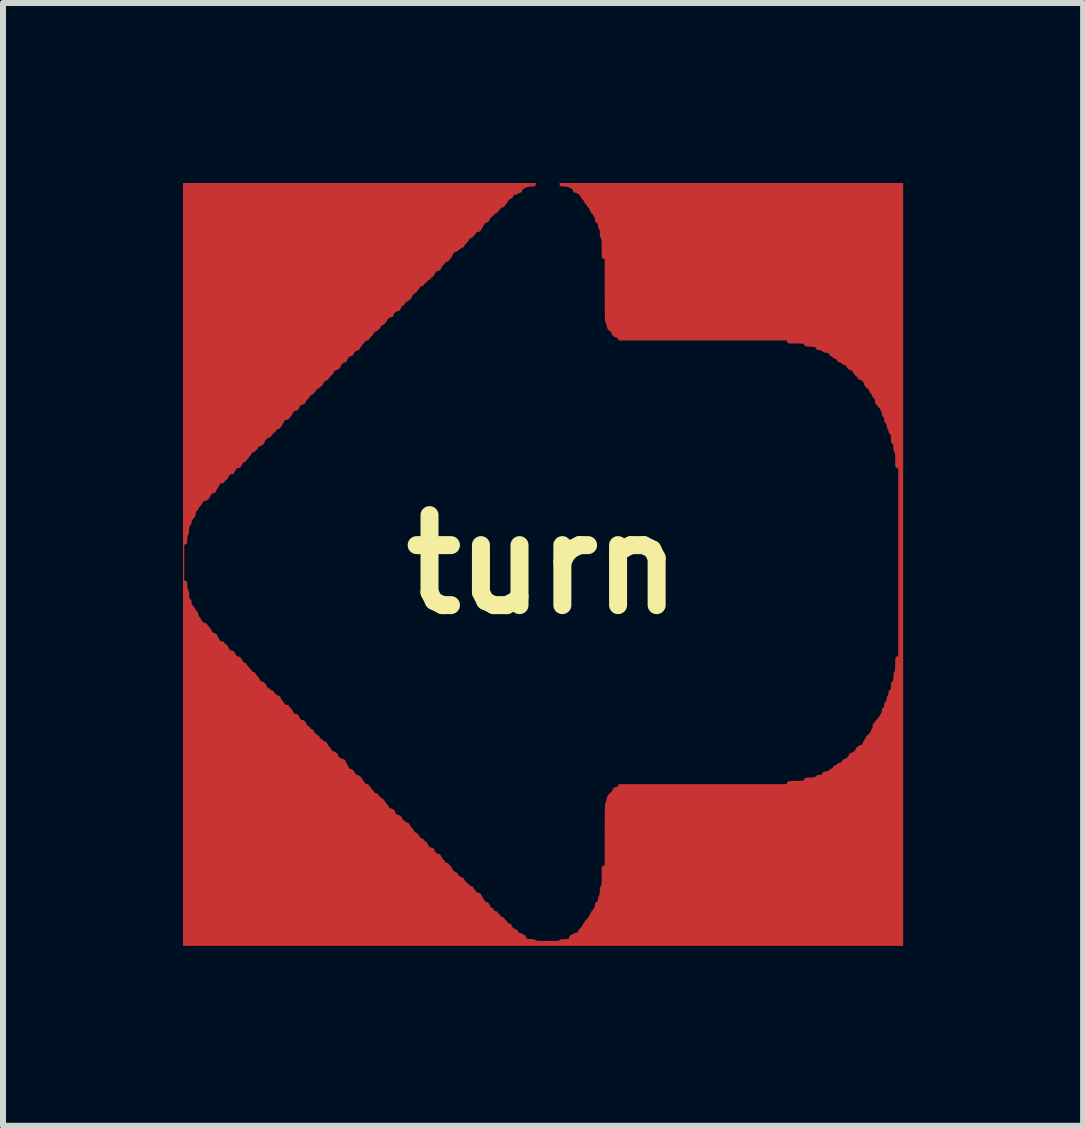
<source format=kicad_pcb>
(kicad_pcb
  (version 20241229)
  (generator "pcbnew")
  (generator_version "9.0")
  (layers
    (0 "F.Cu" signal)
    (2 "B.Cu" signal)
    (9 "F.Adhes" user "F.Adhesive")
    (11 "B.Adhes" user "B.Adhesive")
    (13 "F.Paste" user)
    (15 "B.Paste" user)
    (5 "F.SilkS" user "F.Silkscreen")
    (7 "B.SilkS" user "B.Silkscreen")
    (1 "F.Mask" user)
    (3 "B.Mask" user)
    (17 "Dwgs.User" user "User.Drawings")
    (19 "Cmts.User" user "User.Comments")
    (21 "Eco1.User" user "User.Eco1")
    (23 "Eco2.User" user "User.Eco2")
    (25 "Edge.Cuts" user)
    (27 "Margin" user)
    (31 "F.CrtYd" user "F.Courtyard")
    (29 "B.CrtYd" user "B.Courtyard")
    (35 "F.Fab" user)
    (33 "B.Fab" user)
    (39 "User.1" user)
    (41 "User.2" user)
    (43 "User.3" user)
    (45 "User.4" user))
  (footprint "turn"
    (layer "F.Cu")
    (at 6.002 6.358)
    (property "Reference" "turn" (at 0 0 0) (layer "F.SilkS") (effects (font (size 1.5 1.5) (thickness 0.3))))
    (attr board_only exclude_from_pos_files exclude_from_bom)
    (fp_poly (pts (xy -0.124 -6.33) (xy -0.127 -6.315) (xy -0.134 -6.306) (xy -0.15 -6.302) (xy -0.179 -6.299) (xy -0.198 -6.299) (xy -0.238 -6.295) (xy -0.27 -6.289) (xy -0.285 -6.282) (xy -0.308 -6.268) (xy -0.32 -6.264) (xy -0.339 -6.251) (xy -0.346 -6.23) (xy -0.355 -6.207) (xy -0.374 -6.197) (xy -0.376 -6.196) (xy -0.403 -6.188) (xy -0.417 -6.18) (xy -0.438 -6.168) (xy -0.462 -6.163) (xy -0.487 -6.155) (xy -0.498 -6.135) (xy -0.498 -6.134) (xy -0.51 -6.113) (xy -0.524 -6.105) (xy -0.545 -6.094) (xy -0.569 -6.074) (xy -0.589 -6.051) (xy -0.6 -6.031) (xy -0.6 -6.027) (xy -0.608 -6.01) (xy -0.616 -6.005) (xy -0.632 -5.991) (xy -0.641 -5.975) (xy -0.657 -5.955) (xy -0.676 -5.951) (xy -0.7 -5.943) (xy -0.712 -5.925) (xy -0.723 -5.906) (xy -0.732 -5.9) (xy -0.744 -5.891) (xy -0.753 -5.874) (xy -0.768 -5.854) (xy -0.788 -5.849) (xy -0.812 -5.842) (xy -0.824 -5.824) (xy -0.836 -5.805) (xy -0.849 -5.798) (xy -0.863 -5.79) (xy -0.881 -5.766) (xy -0.903 -5.724) (xy -0.905 -5.719) (xy -0.923 -5.7) (xy -0.941 -5.696) (xy -0.967 -5.688) (xy -0.977 -5.674) (xy -0.99 -5.649) (xy -1.007 -5.621) (xy -1.007 -5.62) (xy -1.024 -5.592) (xy -1.037 -5.567) (xy -1.037 -5.567) (xy -1.053 -5.549) (xy -1.078 -5.544) (xy -1.104 -5.539) (xy -1.118 -5.522) (xy -1.119 -5.518) (xy -1.13 -5.5) (xy -1.139 -5.493) (xy -1.15 -5.485) (xy -1.159 -5.468) (xy -1.177 -5.446) (xy -1.197 -5.44) (xy -1.222 -5.431) (xy -1.229 -5.417) (xy -1.239 -5.398) (xy -1.258 -5.374) (xy -1.272 -5.361) (xy -1.295 -5.336) (xy -1.31 -5.314) (xy -1.314 -5.305) (xy -1.326 -5.287) (xy -1.342 -5.281) (xy -1.363 -5.272) (xy -1.39 -5.253) (xy -1.402 -5.243) (xy -1.429 -5.221) (xy -1.454 -5.209) (xy -1.462 -5.208) (xy -1.483 -5.201) (xy -1.491 -5.19) (xy -1.502 -5.166) (xy -1.506 -5.157) (xy -1.518 -5.136) (xy -1.526 -5.119) (xy -1.537 -5.102) (xy -1.546 -5.096) (xy -1.557 -5.088) (xy -1.567 -5.071) (xy -1.582 -5.05) (xy -1.602 -5.045) (xy -1.626 -5.038) (xy -1.638 -5.02) (xy -1.648 -5.001) (xy -1.657 -4.995) (xy -1.67 -4.985) (xy -1.687 -4.958) (xy -1.708 -4.916) (xy -1.708 -4.916) (xy -1.725 -4.897) (xy -1.749 -4.893) (xy -1.768 -4.89) (xy -1.783 -4.88) (xy -1.798 -4.859) (xy -1.816 -4.823) (xy -1.82 -4.814) (xy -1.834 -4.796) (xy -1.846 -4.791) (xy -1.861 -4.783) (xy -1.872 -4.766) (xy -1.887 -4.745) (xy -1.902 -4.74) (xy -1.923 -4.731) (xy -1.933 -4.715) (xy -1.945 -4.696) (xy -1.958 -4.689) (xy -1.973 -4.681) (xy -1.984 -4.664) (xy -1.999 -4.643) (xy -2.019 -4.639) (xy -2.044 -4.631) (xy -2.054 -4.614) (xy -2.067 -4.594) (xy -2.079 -4.585) (xy -2.092 -4.571) (xy -2.097 -4.556) (xy -2.109 -4.534) (xy -2.123 -4.527) (xy -2.144 -4.515) (xy -2.166 -4.494) (xy -2.182 -4.471) (xy -2.187 -4.456) (xy -2.195 -4.438) (xy -2.214 -4.417) (xy -2.239 -4.397) (xy -2.263 -4.384) (xy -2.269 -4.383) (xy -2.291 -4.372) (xy -2.297 -4.355) (xy -2.307 -4.334) (xy -2.32 -4.326) (xy -2.34 -4.313) (xy -2.361 -4.287) (xy -2.378 -4.257) (xy -2.381 -4.247) (xy -2.395 -4.229) (xy -2.416 -4.223) (xy -2.452 -4.211) (xy -2.48 -4.186) (xy -2.494 -4.154) (xy -2.494 -4.152) (xy -2.501 -4.131) (xy -2.519 -4.123) (xy -2.528 -4.121) (xy -2.557 -4.112) (xy -2.583 -4.095) (xy -2.601 -4.074) (xy -2.604 -4.061) (xy -2.612 -4.043) (xy -2.63 -4.021) (xy -2.654 -4) (xy -2.676 -3.987) (xy -2.681 -3.986) (xy -2.699 -3.974) (xy -2.704 -3.963) (xy -2.717 -3.937) (xy -2.741 -3.911) (xy -2.769 -3.891) (xy -2.788 -3.884) (xy -2.81 -3.873) (xy -2.816 -3.86) (xy -2.826 -3.842) (xy -2.845 -3.817) (xy -2.858 -3.804) (xy -2.881 -3.78) (xy -2.898 -3.759) (xy -2.902 -3.751) (xy -2.917 -3.737) (xy -2.935 -3.733) (xy -2.959 -3.726) (xy -2.97 -3.709) (xy -2.983 -3.688) (xy -2.995 -3.679) (xy -3.009 -3.666) (xy -3.011 -3.658) (xy -3.019 -3.641) (xy -3.031 -3.632) (xy -3.048 -3.614) (xy -3.053 -3.598) (xy -3.062 -3.58) (xy -3.086 -3.571) (xy -3.089 -3.57) (xy -3.122 -3.556) (xy -3.15 -3.529) (xy -3.165 -3.494) (xy -3.165 -3.494) (xy -3.175 -3.478) (xy -3.2 -3.471) (xy -3.203 -3.471) (xy -3.231 -3.463) (xy -3.242 -3.448) (xy -3.25 -3.432) (xy -3.256 -3.428) (xy -3.263 -3.419) (xy -3.267 -3.4) (xy -3.274 -3.379) (xy -3.291 -3.369) (xy -3.303 -3.367) (xy -3.331 -3.355) (xy -3.357 -3.333) (xy -3.374 -3.307) (xy -3.377 -3.293) (xy -3.386 -3.276) (xy -3.407 -3.258) (xy -3.436 -3.242) (xy -3.458 -3.235) (xy -3.481 -3.222) (xy -3.489 -3.202) (xy -3.501 -3.177) (xy -3.525 -3.152) (xy -3.53 -3.148) (xy -3.553 -3.127) (xy -3.569 -3.105) (xy -3.571 -3.1) (xy -3.586 -3.079) (xy -3.603 -3.072) (xy -3.629 -3.06) (xy -3.653 -3.037) (xy -3.669 -3.01) (xy -3.672 -2.996) (xy -3.681 -2.981) (xy -3.696 -2.971) (xy -3.717 -2.958) (xy -3.726 -2.946) (xy -3.74 -2.933) (xy -3.755 -2.928) (xy -3.776 -2.917) (xy -3.783 -2.905) (xy -3.794 -2.881) (xy -3.816 -2.856) (xy -3.842 -2.835) (xy -3.861 -2.826) (xy -3.878 -2.815) (xy -3.886 -2.798) (xy -3.897 -2.777) (xy -3.909 -2.767) (xy -3.929 -2.753) (xy -3.95 -2.721) (xy -3.966 -2.688) (xy -3.983 -2.67) (xy -4.007 -2.665) (xy -4.026 -2.663) (xy -4.041 -2.652) (xy -4.056 -2.631) (xy -4.074 -2.595) (xy -4.078 -2.586) (xy -4.095 -2.568) (xy -4.119 -2.563) (xy -4.138 -2.561) (xy -4.153 -2.551) (xy -4.168 -2.53) (xy -4.186 -2.493) (xy -4.19 -2.485) (xy -4.202 -2.467) (xy -4.211 -2.462) (xy -4.222 -2.453) (xy -4.232 -2.436) (xy -4.245 -2.417) (xy -4.268 -2.411) (xy -4.272 -2.411) (xy -4.299 -2.405) (xy -4.313 -2.388) (xy -4.326 -2.363) (xy -4.343 -2.335) (xy -4.344 -2.335) (xy -4.36 -2.307) (xy -4.373 -2.282) (xy -4.374 -2.281) (xy -4.392 -2.262) (xy -4.41 -2.258) (xy -4.434 -2.251) (xy -4.442 -2.239) (xy -4.453 -2.221) (xy -4.475 -2.2) (xy -4.486 -2.192) (xy -4.511 -2.171) (xy -4.526 -2.15) (xy -4.529 -2.143) (xy -4.538 -2.125) (xy -4.563 -2.116) (xy -4.564 -2.116) (xy -4.591 -2.105) (xy -4.617 -2.084) (xy -4.634 -2.06) (xy -4.639 -2.045) (xy -4.647 -2.022) (xy -4.668 -1.998) (xy -4.695 -1.98) (xy -4.713 -1.973) (xy -4.74 -1.963) (xy -4.749 -1.949) (xy -4.761 -1.923) (xy -4.785 -1.897) (xy -4.813 -1.877) (xy -4.833 -1.87) (xy -4.854 -1.859) (xy -4.86 -1.844) (xy -4.871 -1.821) (xy -4.883 -1.81) (xy -4.899 -1.796) (xy -4.903 -1.785) (xy -4.911 -1.768) (xy -4.919 -1.763) (xy -4.935 -1.749) (xy -4.944 -1.733) (xy -4.959 -1.714) (xy -4.973 -1.709) (xy -4.989 -1.703) (xy -5.006 -1.685) (xy -5.025 -1.651) (xy -5.034 -1.63) (xy -5.051 -1.612) (xy -5.075 -1.607) (xy -5.094 -1.605) (xy -5.109 -1.595) (xy -5.124 -1.573) (xy -5.142 -1.537) (xy -5.146 -1.528) (xy -5.163 -1.51) (xy -5.187 -1.505) (xy -5.206 -1.503) (xy -5.221 -1.493) (xy -5.236 -1.472) (xy -5.254 -1.436) (xy -5.258 -1.427) (xy -5.272 -1.409) (xy -5.284 -1.404) (xy -5.299 -1.395) (xy -5.31 -1.378) (xy -5.323 -1.359) (xy -5.346 -1.353) (xy -5.351 -1.353) (xy -5.377 -1.347) (xy -5.392 -1.33) (xy -5.404 -1.305) (xy -5.421 -1.277) (xy -5.422 -1.277) (xy -5.44 -1.247) (xy -5.451 -1.223) (xy -5.457 -1.205) (xy -5.47 -1.194) (xy -5.486 -1.19) (xy -5.512 -1.182) (xy -5.537 -1.16) (xy -5.552 -1.134) (xy -5.554 -1.122) (xy -5.563 -1.1) (xy -5.587 -1.079) (xy -5.619 -1.063) (xy -5.64 -1.058) (xy -5.665 -1.048) (xy -5.674 -1.031) (xy -5.683 -1.011) (xy -5.701 -0.985) (xy -5.712 -0.973) (xy -5.733 -0.949) (xy -5.745 -0.928) (xy -5.747 -0.921) (xy -5.755 -0.905) (xy -5.768 -0.895) (xy -5.783 -0.88) (xy -5.788 -0.852) (xy -5.788 -0.845) (xy -5.792 -0.816) (xy -5.806 -0.79) (xy -5.824 -0.77) (xy -5.848 -0.74) (xy -5.858 -0.713) (xy -5.859 -0.698) (xy -5.864 -0.667) (xy -5.88 -0.651) (xy -5.891 -0.642) (xy -5.897 -0.625) (xy -5.9 -0.597) (xy -5.9 -0.576) (xy -5.902 -0.532) (xy -5.909 -0.506) (xy -5.915 -0.498) (xy -5.924 -0.483) (xy -5.929 -0.452) (xy -5.93 -0.416) (xy -5.931 -0.378) (xy -5.934 -0.356) (xy -5.94 -0.344) (xy -5.952 -0.337) (xy -5.956 -0.336) (xy -5.981 -0.326) (xy -5.981 -0.031) (xy -5.981 0.265) (xy -5.956 0.275) (xy -5.942 0.282) (xy -5.934 0.293) (xy -5.931 0.314) (xy -5.93 0.349) (xy -5.93 0.349) (xy -5.928 0.393) (xy -5.921 0.419) (xy -5.915 0.427) (xy -5.905 0.445) (xy -5.901 0.478) (xy -5.9 0.504) (xy -5.899 0.541) (xy -5.895 0.563) (xy -5.886 0.575) (xy -5.88 0.58) (xy -5.865 0.595) (xy -5.859 0.622) (xy -5.859 0.631) (xy -5.855 0.663) (xy -5.843 0.679) (xy -5.822 0.7) (xy -5.798 0.741) (xy -5.789 0.759) (xy -5.775 0.779) (xy -5.763 0.787) (xy -5.751 0.802) (xy -5.747 0.828) (xy -5.742 0.859) (xy -5.727 0.875) (xy -5.711 0.89) (xy -5.707 0.902) (xy -5.698 0.927) (xy -5.677 0.953) (xy -5.649 0.971) (xy -5.632 0.977) (xy -5.605 0.987) (xy -5.595 1.003) (xy -5.584 1.023) (xy -5.563 1.047) (xy -5.557 1.052) (xy -5.534 1.078) (xy -5.522 1.104) (xy -5.522 1.107) (xy -5.514 1.129) (xy -5.493 1.138) (xy -5.493 1.138) (xy -5.465 1.148) (xy -5.44 1.168) (xy -5.424 1.191) (xy -5.422 1.201) (xy -5.416 1.22) (xy -5.411 1.226) (xy -5.399 1.24) (xy -5.391 1.257) (xy -5.378 1.276) (xy -5.353 1.282) (xy -5.351 1.282) (xy -5.325 1.286) (xy -5.311 1.304) (xy -5.31 1.307) (xy -5.298 1.326) (xy -5.285 1.333) (xy -5.271 1.34) (xy -5.253 1.365) (xy -5.231 1.407) (xy -5.229 1.411) (xy -5.213 1.43) (xy -5.189 1.434) (xy -5.17 1.437) (xy -5.155 1.447) (xy -5.14 1.468) (xy -5.122 1.504) (xy -5.117 1.513) (xy -5.101 1.531) (xy -5.077 1.536) (xy -5.058 1.539) (xy -5.043 1.549) (xy -5.028 1.57) (xy -5.01 1.606) (xy -5.006 1.615) (xy -4.989 1.633) (xy -4.974 1.638) (xy -4.954 1.647) (xy -4.944 1.663) (xy -4.933 1.682) (xy -4.923 1.689) (xy -4.912 1.697) (xy -4.903 1.714) (xy -4.892 1.733) (xy -4.883 1.739) (xy -4.871 1.748) (xy -4.863 1.764) (xy -4.845 1.786) (xy -4.825 1.792) (xy -4.8 1.802) (xy -4.793 1.815) (xy -4.784 1.833) (xy -4.765 1.858) (xy -4.755 1.869) (xy -4.734 1.895) (xy -4.72 1.918) (xy -4.718 1.926) (xy -4.708 1.944) (xy -4.684 1.953) (xy -4.683 1.953) (xy -4.653 1.965) (xy -4.627 1.988) (xy -4.611 2.015) (xy -4.608 2.029) (xy -4.6 2.044) (xy -4.584 2.054) (xy -4.563 2.067) (xy -4.554 2.079) (xy -4.541 2.091) (xy -4.52 2.097) (xy -4.495 2.107) (xy -4.486 2.123) (xy -4.471 2.149) (xy -4.444 2.172) (xy -4.412 2.187) (xy -4.404 2.189) (xy -4.383 2.199) (xy -4.376 2.218) (xy -4.367 2.241) (xy -4.349 2.268) (xy -4.344 2.273) (xy -4.324 2.297) (xy -4.311 2.318) (xy -4.31 2.322) (xy -4.294 2.336) (xy -4.272 2.34) (xy -4.247 2.344) (xy -4.233 2.362) (xy -4.232 2.365) (xy -4.221 2.384) (xy -4.212 2.39) (xy -4.2 2.4) (xy -4.182 2.427) (xy -4.161 2.469) (xy -4.161 2.469) (xy -4.145 2.488) (xy -4.121 2.492) (xy -4.102 2.495) (xy -4.087 2.505) (xy -4.072 2.526) (xy -4.053 2.562) (xy -4.049 2.571) (xy -4.033 2.589) (xy -4.009 2.594) (xy -3.99 2.596) (xy -3.975 2.607) (xy -3.96 2.628) (xy -3.942 2.664) (xy -3.937 2.673) (xy -3.924 2.69) (xy -3.911 2.696) (xy -3.896 2.704) (xy -3.886 2.72) (xy -3.87 2.741) (xy -3.853 2.748) (xy -3.833 2.759) (xy -3.826 2.771) (xy -3.815 2.795) (xy -3.792 2.821) (xy -3.766 2.842) (xy -3.748 2.85) (xy -3.731 2.862) (xy -3.725 2.877) (xy -3.713 2.899) (xy -3.698 2.909) (xy -3.678 2.922) (xy -3.669 2.933) (xy -3.656 2.945) (xy -3.635 2.952) (xy -3.611 2.96) (xy -3.603 2.977) (xy -3.594 2.997) (xy -3.576 3.023) (xy -3.566 3.034) (xy -3.545 3.059) (xy -3.531 3.081) (xy -3.528 3.088) (xy -3.516 3.105) (xy -3.499 3.113) (xy -3.465 3.125) (xy -3.437 3.145) (xy -3.42 3.167) (xy -3.418 3.178) (xy -3.409 3.201) (xy -3.387 3.223) (xy -3.358 3.239) (xy -3.331 3.245) (xy -3.308 3.252) (xy -3.3 3.263) (xy -3.289 3.287) (xy -3.285 3.296) (xy -3.273 3.319) (xy -3.269 3.329) (xy -3.26 3.344) (xy -3.255 3.347) (xy -3.248 3.355) (xy -3.243 3.375) (xy -3.237 3.395) (xy -3.219 3.405) (xy -3.208 3.408) (xy -3.175 3.422) (xy -3.147 3.45) (xy -3.132 3.484) (xy -3.132 3.484) (xy -3.119 3.502) (xy -3.098 3.508) (xy -3.072 3.517) (xy -3.045 3.536) (xy -3.022 3.56) (xy -3.011 3.582) (xy -3.011 3.585) (xy -3.003 3.603) (xy -2.995 3.608) (xy -2.979 3.621) (xy -2.97 3.638) (xy -2.954 3.658) (xy -2.935 3.662) (xy -2.911 3.669) (xy -2.899 3.687) (xy -2.888 3.706) (xy -2.879 3.713) (xy -2.868 3.721) (xy -2.858 3.738) (xy -2.848 3.757) (xy -2.838 3.764) (xy -2.827 3.772) (xy -2.818 3.789) (xy -2.802 3.81) (xy -2.782 3.815) (xy -2.759 3.821) (xy -2.749 3.832) (xy -2.735 3.856) (xy -2.711 3.881) (xy -2.685 3.901) (xy -2.67 3.908) (xy -2.652 3.92) (xy -2.646 3.931) (xy -2.637 3.949) (xy -2.619 3.974) (xy -2.609 3.985) (xy -2.588 4.01) (xy -2.574 4.034) (xy -2.572 4.042) (xy -2.562 4.059) (xy -2.538 4.067) (xy -2.538 4.067) (xy -2.502 4.079) (xy -2.474 4.105) (xy -2.46 4.137) (xy -2.46 4.139) (xy -2.453 4.159) (xy -2.435 4.168) (xy -2.426 4.169) (xy -2.395 4.179) (xy -2.368 4.199) (xy -2.352 4.222) (xy -2.35 4.234) (xy -2.341 4.251) (xy -2.326 4.262) (xy -2.305 4.274) (xy -2.296 4.286) (xy -2.282 4.298) (xy -2.261 4.305) (xy -2.237 4.314) (xy -2.229 4.327) (xy -2.22 4.346) (xy -2.202 4.371) (xy -2.192 4.382) (xy -2.171 4.407) (xy -2.157 4.431) (xy -2.155 4.438) (xy -2.144 4.458) (xy -2.132 4.464) (xy -2.108 4.476) (xy -2.082 4.498) (xy -2.061 4.524) (xy -2.053 4.543) (xy -2.04 4.56) (xy -2.021 4.566) (xy -1.994 4.577) (xy -1.983 4.593) (xy -1.971 4.612) (xy -1.959 4.618) (xy -1.944 4.626) (xy -1.927 4.65) (xy -1.905 4.693) (xy -1.903 4.697) (xy -1.886 4.715) (xy -1.862 4.72) (xy -1.844 4.722) (xy -1.828 4.733) (xy -1.813 4.754) (xy -1.795 4.79) (xy -1.791 4.799) (xy -1.775 4.817) (xy -1.75 4.822) (xy -1.732 4.824) (xy -1.716 4.834) (xy -1.701 4.856) (xy -1.683 4.892) (xy -1.679 4.9) (xy -1.667 4.918) (xy -1.658 4.923) (xy -1.647 4.932) (xy -1.638 4.949) (xy -1.622 4.969) (xy -1.602 4.974) (xy -1.578 4.982) (xy -1.567 5) (xy -1.556 5.019) (xy -1.546 5.025) (xy -1.534 5.033) (xy -1.525 5.048) (xy -1.505 5.088) (xy -1.486 5.113) (xy -1.466 5.125) (xy -1.458 5.127) (xy -1.433 5.139) (xy -1.425 5.154) (xy -1.409 5.18) (xy -1.382 5.204) (xy -1.35 5.218) (xy -1.342 5.22) (xy -1.321 5.23) (xy -1.312 5.251) (xy -1.3 5.276) (xy -1.277 5.3) (xy -1.273 5.304) (xy -1.249 5.323) (xy -1.23 5.341) (xy -1.228 5.344) (xy -1.209 5.357) (xy -1.19 5.363) (xy -1.168 5.373) (xy -1.161 5.389) (xy -1.153 5.41) (xy -1.143 5.419) (xy -1.128 5.432) (xy -1.118 5.449) (xy -1.105 5.467) (xy -1.081 5.473) (xy -1.078 5.473) (xy -1.051 5.478) (xy -1.037 5.496) (xy -1.024 5.52) (xy -1.008 5.548) (xy -1.007 5.549) (xy -0.99 5.577) (xy -0.977 5.602) (xy -0.977 5.602) (xy -0.959 5.622) (xy -0.942 5.625) (xy -0.925 5.629) (xy -0.91 5.642) (xy -0.893 5.667) (xy -0.876 5.704) (xy -0.862 5.722) (xy -0.849 5.727) (xy -0.834 5.735) (xy -0.824 5.752) (xy -0.809 5.773) (xy -0.788 5.778) (xy -0.764 5.785) (xy -0.753 5.803) (xy -0.742 5.822) (xy -0.732 5.829) (xy -0.721 5.837) (xy -0.712 5.854) (xy -0.697 5.875) (xy -0.676 5.88) (xy -0.653 5.887) (xy -0.641 5.905) (xy -0.63 5.924) (xy -0.621 5.93) (xy -0.609 5.939) (xy -0.6 5.955) (xy -0.583 5.977) (xy -0.563 5.983) (xy -0.538 5.993) (xy -0.53 6.007) (xy -0.515 6.041) (xy -0.488 6.068) (xy -0.455 6.083) (xy -0.455 6.083) (xy -0.429 6.092) (xy -0.417 6.112) (xy -0.417 6.113) (xy -0.404 6.136) (xy -0.386 6.142) (xy -0.36 6.15) (xy -0.346 6.159) (xy -0.323 6.172) (xy -0.31 6.176) (xy -0.292 6.189) (xy -0.285 6.21) (xy -0.281 6.226) (xy -0.274 6.235) (xy -0.259 6.24) (xy -0.231 6.243) (xy -0.207 6.244) (xy -0.158 6.248) (xy -0.129 6.256) (xy -0.122 6.261) (xy -0.114 6.267) (xy -0.098 6.271) (xy -0.072 6.274) (xy -0.032 6.275) (xy 0.022 6.276) (xy 0.076 6.276) (xy 0.145 6.276) (xy 0.196 6.275) (xy 0.231 6.273) (xy 0.255 6.27) (xy 0.269 6.266) (xy 0.274 6.261) (xy 0.294 6.251) (xy 0.334 6.245) (xy 0.359 6.244) (xy 0.397 6.242) (xy 0.419 6.239) (xy 0.43 6.232) (xy 0.435 6.22) (xy 0.437 6.21) (xy 0.448 6.184) (xy 0.463 6.176) (xy 0.488 6.166) (xy 0.498 6.159) (xy 0.52 6.148) (xy 0.544 6.142) (xy 0.57 6.134) (xy 0.578 6.119) (xy 0.588 6.1) (xy 0.608 6.076) (xy 0.622 6.062) (xy 0.644 6.038) (xy 0.658 6.018) (xy 0.661 6.009) (xy 0.668 5.99) (xy 0.676 5.981) (xy 0.689 5.964) (xy 0.692 5.955) (xy 0.7 5.94) (xy 0.712 5.93) (xy 0.728 5.916) (xy 0.732 5.905) (xy 0.74 5.889) (xy 0.753 5.88) (xy 0.769 5.863) (xy 0.773 5.849) (xy 0.777 5.832) (xy 0.783 5.829) (xy 0.792 5.82) (xy 0.793 5.809) (xy 0.802 5.788) (xy 0.814 5.778) (xy 0.83 5.764) (xy 0.834 5.753) (xy 0.841 5.736) (xy 0.849 5.727) (xy 0.86 5.708) (xy 0.865 5.678) (xy 0.865 5.675) (xy 0.867 5.647) (xy 0.877 5.632) (xy 0.89 5.625) (xy 0.907 5.615) (xy 0.914 5.597) (xy 0.915 5.576) (xy 0.919 5.545) (xy 0.929 5.525) (xy 0.931 5.524) (xy 0.94 5.507) (xy 0.945 5.476) (xy 0.946 5.442) (xy 0.948 5.398) (xy 0.954 5.371) (xy 0.961 5.361) (xy 0.967 5.352) (xy 0.972 5.336) (xy 0.974 5.309) (xy 0.976 5.268) (xy 0.977 5.211) (xy 0.977 5.191) (xy 0.977 5.035) (xy 1.002 5.025) (xy 1.027 5.015) (xy 1.027 4.498) (xy 1.027 4.38) (xy 1.028 4.281) (xy 1.028 4.199) (xy 1.029 4.133) (xy 1.03 4.08) (xy 1.031 4.04) (xy 1.033 4.011) (xy 1.035 3.99) (xy 1.038 3.977) (xy 1.041 3.969) (xy 1.043 3.967) (xy 1.053 3.948) (xy 1.058 3.919) (xy 1.058 3.916) (xy 1.061 3.889) (xy 1.067 3.872) (xy 1.069 3.87) (xy 1.08 3.856) (xy 1.089 3.839) (xy 1.101 3.821) (xy 1.113 3.815) (xy 1.128 3.807) (xy 1.145 3.783) (xy 1.167 3.74) (xy 1.169 3.736) (xy 1.185 3.718) (xy 1.21 3.713) (xy 1.236 3.708) (xy 1.25 3.691) (xy 1.251 3.687) (xy 1.261 3.662) (xy 2.66 3.662) (xy 4.059 3.662) (xy 4.069 3.637) (xy 4.073 3.627) (xy 4.08 3.62) (xy 4.093 3.615) (xy 4.115 3.612) (xy 4.149 3.61) (xy 4.2 3.609) (xy 4.213 3.609) (xy 4.268 3.608) (xy 4.305 3.606) (xy 4.329 3.604) (xy 4.343 3.6) (xy 4.35 3.593) (xy 4.353 3.584) (xy 4.354 3.581) (xy 4.358 3.568) (xy 4.365 3.561) (xy 4.381 3.556) (xy 4.409 3.554) (xy 4.448 3.552) (xy 4.492 3.55) (xy 4.52 3.547) (xy 4.537 3.541) (xy 4.546 3.532) (xy 4.547 3.53) (xy 4.562 3.516) (xy 4.591 3.509) (xy 4.605 3.507) (xy 4.635 3.504) (xy 4.651 3.497) (xy 4.658 3.483) (xy 4.659 3.479) (xy 4.665 3.463) (xy 4.679 3.455) (xy 4.706 3.451) (xy 4.713 3.45) (xy 4.748 3.445) (xy 4.767 3.433) (xy 4.771 3.428) (xy 4.789 3.411) (xy 4.803 3.406) (xy 4.824 3.393) (xy 4.832 3.377) (xy 4.844 3.356) (xy 4.865 3.349) (xy 4.89 3.34) (xy 4.903 3.326) (xy 4.921 3.311) (xy 4.946 3.304) (xy 4.971 3.298) (xy 4.983 3.281) (xy 4.984 3.275) (xy 4.998 3.253) (xy 5.015 3.246) (xy 5.049 3.234) (xy 5.078 3.21) (xy 5.095 3.18) (xy 5.096 3.176) (xy 5.109 3.152) (xy 5.127 3.143) (xy 5.156 3.133) (xy 5.183 3.116) (xy 5.203 3.098) (xy 5.208 3.085) (xy 5.216 3.065) (xy 5.237 3.042) (xy 5.264 3.022) (xy 5.29 3.01) (xy 5.296 3.009) (xy 5.318 3.003) (xy 5.327 2.985) (xy 5.328 2.978) (xy 5.334 2.958) (xy 5.341 2.95) (xy 5.35 2.942) (xy 5.351 2.936) (xy 5.358 2.918) (xy 5.366 2.909) (xy 5.379 2.889) (xy 5.381 2.877) (xy 5.389 2.858) (xy 5.399 2.851) (xy 5.42 2.837) (xy 5.442 2.814) (xy 5.458 2.79) (xy 5.462 2.776) (xy 5.47 2.756) (xy 5.478 2.746) (xy 5.488 2.728) (xy 5.493 2.698) (xy 5.493 2.695) (xy 5.497 2.664) (xy 5.51 2.647) (xy 5.513 2.645) (xy 5.53 2.63) (xy 5.534 2.619) (xy 5.542 2.603) (xy 5.554 2.594) (xy 5.57 2.579) (xy 5.574 2.568) (xy 5.582 2.553) (xy 5.595 2.543) (xy 5.611 2.529) (xy 5.615 2.519) (xy 5.622 2.501) (xy 5.63 2.492) (xy 5.641 2.473) (xy 5.646 2.444) (xy 5.646 2.44) (xy 5.649 2.41) (xy 5.662 2.393) (xy 5.666 2.39) (xy 5.681 2.376) (xy 5.686 2.349) (xy 5.686 2.34) (xy 5.69 2.309) (xy 5.702 2.292) (xy 5.707 2.289) (xy 5.721 2.274) (xy 5.727 2.246) (xy 5.727 2.239) (xy 5.731 2.209) (xy 5.741 2.188) (xy 5.742 2.187) (xy 5.753 2.169) (xy 5.757 2.141) (xy 5.757 2.14) (xy 5.763 2.11) (xy 5.778 2.095) (xy 5.79 2.086) (xy 5.796 2.068) (xy 5.798 2.038) (xy 5.798 2.024) (xy 5.799 1.989) (xy 5.804 1.968) (xy 5.814 1.956) (xy 5.819 1.953) (xy 5.83 1.944) (xy 5.836 1.929) (xy 5.838 1.902) (xy 5.839 1.873) (xy 5.841 1.829) (xy 5.847 1.801) (xy 5.854 1.79) (xy 5.861 1.78) (xy 5.866 1.76) (xy 5.868 1.728) (xy 5.869 1.68) (xy 5.869 1.662) (xy 5.87 1.612) (xy 5.871 1.578) (xy 5.873 1.558) (xy 5.878 1.546) (xy 5.886 1.54) (xy 5.895 1.536) (xy 5.92 1.526) (xy 5.92 -0.036) (xy 5.92 -1.598) (xy 5.895 -1.607) (xy 5.884 -1.612) (xy 5.877 -1.619) (xy 5.872 -1.632) (xy 5.87 -1.655) (xy 5.869 -1.691) (xy 5.869 -1.738) (xy 5.869 -1.793) (xy 5.867 -1.83) (xy 5.863 -1.855) (xy 5.857 -1.868) (xy 5.854 -1.872) (xy 5.844 -1.891) (xy 5.839 -1.929) (xy 5.839 -1.944) (xy 5.838 -1.979) (xy 5.833 -2) (xy 5.823 -2.012) (xy 5.819 -2.014) (xy 5.808 -2.023) (xy 5.801 -2.038) (xy 5.799 -2.064) (xy 5.798 -2.095) (xy 5.797 -2.134) (xy 5.794 -2.157) (xy 5.787 -2.17) (xy 5.778 -2.177) (xy 5.761 -2.197) (xy 5.757 -2.217) (xy 5.752 -2.242) (xy 5.742 -2.258) (xy 5.732 -2.277) (xy 5.727 -2.306) (xy 5.727 -2.31) (xy 5.723 -2.341) (xy 5.71 -2.358) (xy 5.707 -2.36) (xy 5.692 -2.375) (xy 5.686 -2.402) (xy 5.686 -2.411) (xy 5.683 -2.442) (xy 5.671 -2.459) (xy 5.666 -2.462) (xy 5.651 -2.477) (xy 5.646 -2.504) (xy 5.646 -2.512) (xy 5.642 -2.542) (xy 5.632 -2.562) (xy 5.63 -2.563) (xy 5.617 -2.581) (xy 5.615 -2.59) (xy 5.607 -2.605) (xy 5.595 -2.614) (xy 5.579 -2.629) (xy 5.574 -2.64) (xy 5.566 -2.656) (xy 5.554 -2.665) (xy 5.539 -2.68) (xy 5.534 -2.707) (xy 5.534 -2.716) (xy 5.53 -2.747) (xy 5.518 -2.764) (xy 5.513 -2.767) (xy 5.497 -2.782) (xy 5.493 -2.794) (xy 5.487 -2.811) (xy 5.472 -2.836) (xy 5.462 -2.848) (xy 5.444 -2.874) (xy 5.433 -2.896) (xy 5.432 -2.903) (xy 5.424 -2.921) (xy 5.414 -2.926) (xy 5.39 -2.942) (xy 5.367 -2.969) (xy 5.353 -2.997) (xy 5.351 -3.008) (xy 5.347 -3.026) (xy 5.342 -3.031) (xy 5.332 -3.04) (xy 5.327 -3.051) (xy 5.314 -3.067) (xy 5.289 -3.074) (xy 5.262 -3.081) (xy 5.25 -3.097) (xy 5.249 -3.1) (xy 5.238 -3.12) (xy 5.216 -3.142) (xy 5.208 -3.148) (xy 5.183 -3.173) (xy 5.168 -3.199) (xy 5.167 -3.202) (xy 5.157 -3.225) (xy 5.137 -3.233) (xy 5.105 -3.245) (xy 5.076 -3.267) (xy 5.057 -3.293) (xy 5.055 -3.299) (xy 5.041 -3.319) (xy 5.022 -3.324) (xy 4.998 -3.333) (xy 4.984 -3.347) (xy 4.966 -3.362) (xy 4.942 -3.369) (xy 4.916 -3.375) (xy 4.905 -3.392) (xy 4.903 -3.398) (xy 4.891 -3.419) (xy 4.87 -3.426) (xy 4.845 -3.435) (xy 4.832 -3.448) (xy 4.814 -3.465) (xy 4.799 -3.471) (xy 4.778 -3.483) (xy 4.771 -3.499) (xy 4.764 -3.515) (xy 4.751 -3.523) (xy 4.724 -3.527) (xy 4.717 -3.528) (xy 4.682 -3.533) (xy 4.663 -3.545) (xy 4.659 -3.55) (xy 4.644 -3.564) (xy 4.615 -3.571) (xy 4.601 -3.572) (xy 4.571 -3.576) (xy 4.555 -3.583) (xy 4.548 -3.597) (xy 4.547 -3.601) (xy 4.543 -3.613) (xy 4.535 -3.621) (xy 4.52 -3.625) (xy 4.492 -3.628) (xy 4.452 -3.629) (xy 4.409 -3.631) (xy 4.382 -3.634) (xy 4.367 -3.639) (xy 4.358 -3.647) (xy 4.354 -3.657) (xy 4.349 -3.667) (xy 4.342 -3.674) (xy 4.33 -3.679) (xy 4.308 -3.681) (xy 4.274 -3.682) (xy 4.224 -3.682) (xy 4.211 -3.682) (xy 4.157 -3.682) (xy 4.12 -3.683) (xy 4.096 -3.685) (xy 4.082 -3.689) (xy 4.075 -3.696) (xy 4.07 -3.705) (xy 4.069 -3.708) (xy 4.059 -3.733) (xy 2.66 -3.733) (xy 1.261 -3.733) (xy 1.251 -3.759) (xy 1.237 -3.779) (xy 1.213 -3.784) (xy 1.186 -3.793) (xy 1.161 -3.814) (xy 1.144 -3.841) (xy 1.139 -3.86) (xy 1.131 -3.877) (xy 1.121 -3.883) (xy 1.092 -3.902) (xy 1.07 -3.935) (xy 1.059 -3.972) (xy 1.058 -3.979) (xy 1.054 -4.007) (xy 1.044 -4.027) (xy 1.043 -4.028) (xy 1.039 -4.033) (xy 1.036 -4.043) (xy 1.034 -4.06) (xy 1.032 -4.084) (xy 1.03 -4.118) (xy 1.029 -4.164) (xy 1.028 -4.222) (xy 1.028 -4.295) (xy 1.028 -4.385) (xy 1.027 -4.492) (xy 1.027 -4.564) (xy 1.027 -5.087) (xy 1.002 -5.096) (xy 0.977 -5.106) (xy 0.977 -5.268) (xy 0.976 -5.331) (xy 0.975 -5.377) (xy 0.973 -5.408) (xy 0.969 -5.428) (xy 0.964 -5.439) (xy 0.961 -5.442) (xy 0.951 -5.46) (xy 0.947 -5.494) (xy 0.946 -5.518) (xy 0.944 -5.562) (xy 0.936 -5.588) (xy 0.931 -5.595) (xy 0.92 -5.614) (xy 0.916 -5.644) (xy 0.915 -5.647) (xy 0.913 -5.675) (xy 0.903 -5.69) (xy 0.89 -5.696) (xy 0.873 -5.707) (xy 0.866 -5.724) (xy 0.865 -5.746) (xy 0.861 -5.776) (xy 0.851 -5.797) (xy 0.849 -5.798) (xy 0.836 -5.815) (xy 0.834 -5.824) (xy 0.826 -5.84) (xy 0.814 -5.849) (xy 0.797 -5.866) (xy 0.793 -5.88) (xy 0.789 -5.896) (xy 0.783 -5.9) (xy 0.775 -5.908) (xy 0.773 -5.92) (xy 0.765 -5.94) (xy 0.753 -5.951) (xy 0.737 -5.965) (xy 0.732 -5.976) (xy 0.724 -5.992) (xy 0.712 -6.002) (xy 0.696 -6.018) (xy 0.692 -6.031) (xy 0.685 -6.049) (xy 0.668 -6.073) (xy 0.656 -6.086) (xy 0.635 -6.11) (xy 0.623 -6.13) (xy 0.621 -6.137) (xy 0.612 -6.154) (xy 0.589 -6.172) (xy 0.56 -6.188) (xy 0.534 -6.195) (xy 0.511 -6.203) (xy 0.5 -6.223) (xy 0.498 -6.23) (xy 0.487 -6.256) (xy 0.473 -6.264) (xy 0.448 -6.274) (xy 0.437 -6.282) (xy 0.419 -6.29) (xy 0.386 -6.296) (xy 0.351 -6.299) (xy 0.314 -6.301) (xy 0.292 -6.304) (xy 0.282 -6.311) (xy 0.277 -6.322) (xy 0.277 -6.33) (xy 0.273 -6.358) (xy 3.137 -6.358) (xy 6.002 -6.358) (xy 6.002 0) (xy 6.002 6.358) (xy 0 6.358) (xy -6.002 6.358) (xy -6.002 0) (xy -6.002 -6.358) (xy -3.061 -6.358) (xy -0.121 -6.358)) (stroke (width 0) (type solid)) (fill yes) (layer "F.Cu")))
  (gr_rect
    (start -3 -3)
    (end 15.003 15.715)
    (stroke (width 0.1) (type default))
    (fill no)
    (layer "Edge.Cuts")))
</source>
